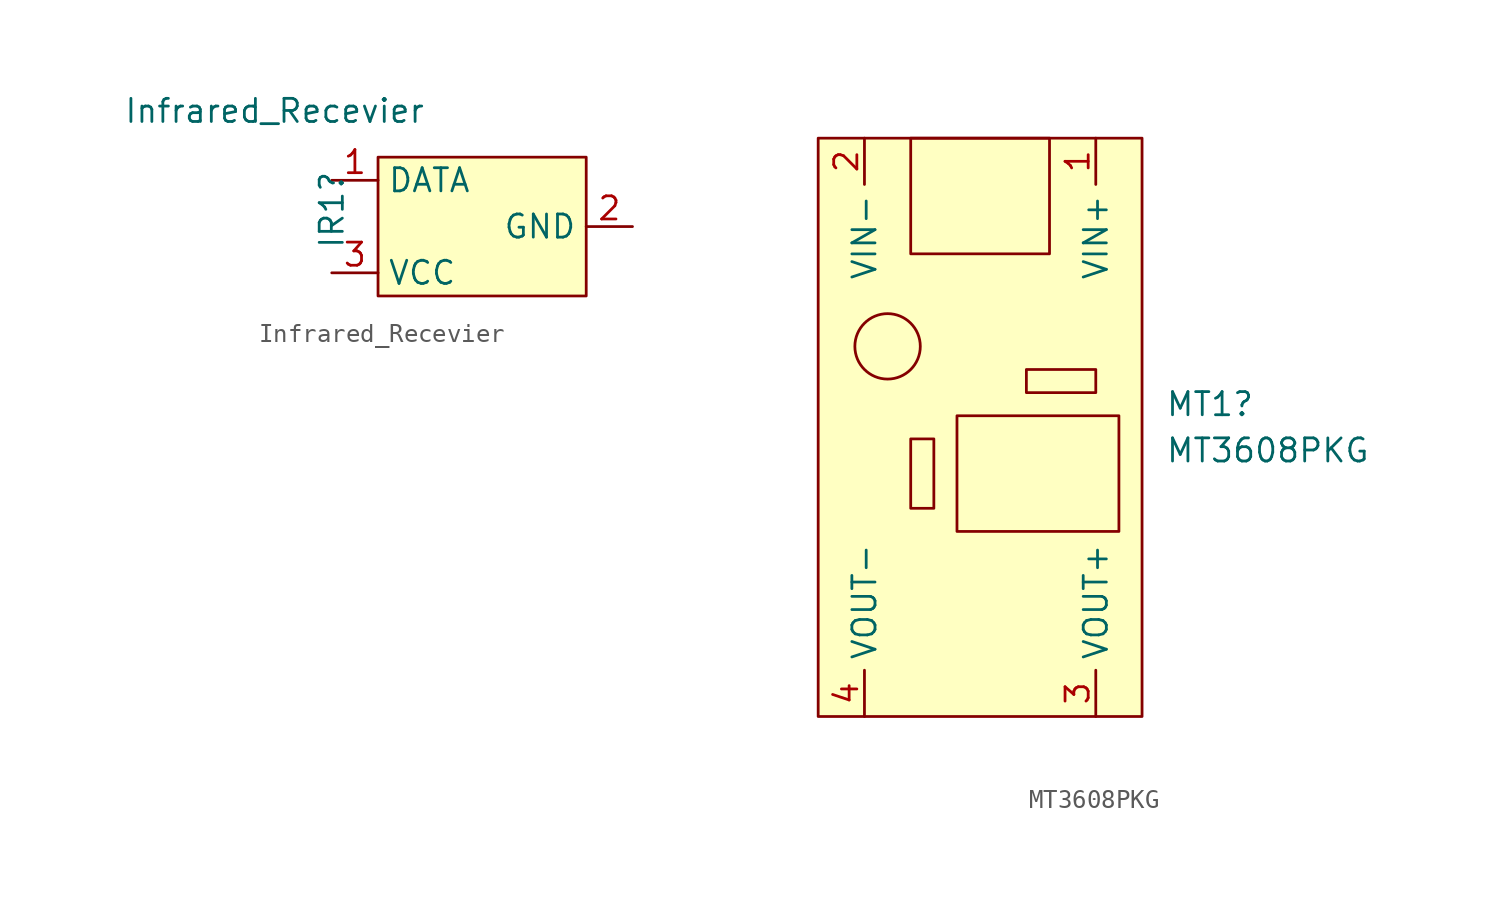
<source format=kicad_sym>
(kicad_symbol_lib
  (version 20211014)
  (generator kicad_symbol_editor)
  (symbol "Infrared_Recevier"
    (property "Reference" "IR1"
      (at -1.27 -6.35 90)
      (effects (font (size 1.27 1.27)) (justify left)))
    (property "Value" "Infrared_Recevier"
      (at -12.7 1.27 0)
      (effects (font (size 1.27 1.27)) (justify left)))
    (symbol "Infrared_Recevier_0_1"
      (rectangle (start 1.27 -1.27) (end 12.7 -8.89) (stroke (width 0) (type default) (color 0 0 0 0)) (fill (type background))))
    (symbol "Infrared_Recevier_1_1"
      (pin output line (at -1.27 -2.54 0) (length 2.54) (name "DATA" (effects (font (size 1.27 1.27)))) (number "1" (effects (font (size 1.27 1.27)))))
      (pin input line (at 15.24 -5.08 180) (length 2.54) (name "GND" (effects (font (size 1.27 1.27)))) (number "2" (effects (font (size 1.27 1.27)))))
      (pin input line (at -1.27 -7.62 0) (length 2.54) (name "VCC" (effects (font (size 1.27 1.27)))) (number "3" (effects (font (size 1.27 1.27)))))))
  (symbol "MT3608PKG"
    (property "Reference" "MT1"
      (at 19.05 -14.605 0)
      (effects (font (size 1.27 1.27)) (justify left)))
    (property "Value" "MT3608PKG"
      (at 19.05 -17.145 0)
      (effects (font (size 1.27 1.27)) (justify left)))
    (symbol "MT3608PKG_0_1"
      (rectangle (start 0 0) (end 17.78 -31.75) (stroke (width 0) (type default) (color 0 0 0 0)) (fill (type background)))
      (circle (center 3.81 -11.43) (radius 1.796) (stroke (width 0) (type default) (color 0 0 0 0)) (fill (type none)))
      (rectangle (start 5.08 0) (end 12.7 -6.35) (stroke (width 0) (type default) (color 0 0 0 0)) (fill (type none)))
      (rectangle (start 6.35 -20.32) (end 5.08 -16.51) (stroke (width 0) (type default) (color 0 0 0 0)) (fill (type none)))
      (rectangle (start 7.62 -15.24) (end 16.51 -21.59) (stroke (width 0) (type default) (color 0 0 0 0)) (fill (type none)))
      (rectangle (start 11.43 -12.7) (end 15.24 -13.97) (stroke (width 0) (type default) (color 0 0 0 0)) (fill (type none))))
    (symbol "MT3608PKG_1_1"
      (pin power_in line (at 15.24 0 270) (length 2.54) (name "VIN+" (effects (font (size 1.27 1.27)))) (number "1" (effects (font (size 1.27 1.27)))))
      (pin power_in line (at 2.54 0 270) (length 2.54) (name "VIN-" (effects (font (size 1.27 1.27)))) (number "2" (effects (font (size 1.27 1.27)))))
      (pin power_out line (at 15.24 -31.75 90) (length 2.54) (name "VOUT+" (effects (font (size 1.27 1.27)))) (number "3" (effects (font (size 1.27 1.27)))))
      (pin power_out line (at 2.54 -31.75 90) (length 2.54) (name "VOUT-" (effects (font (size 1.27 1.27)))) (number "4" (effects (font (size 1.27 1.27))))))))
</source>
